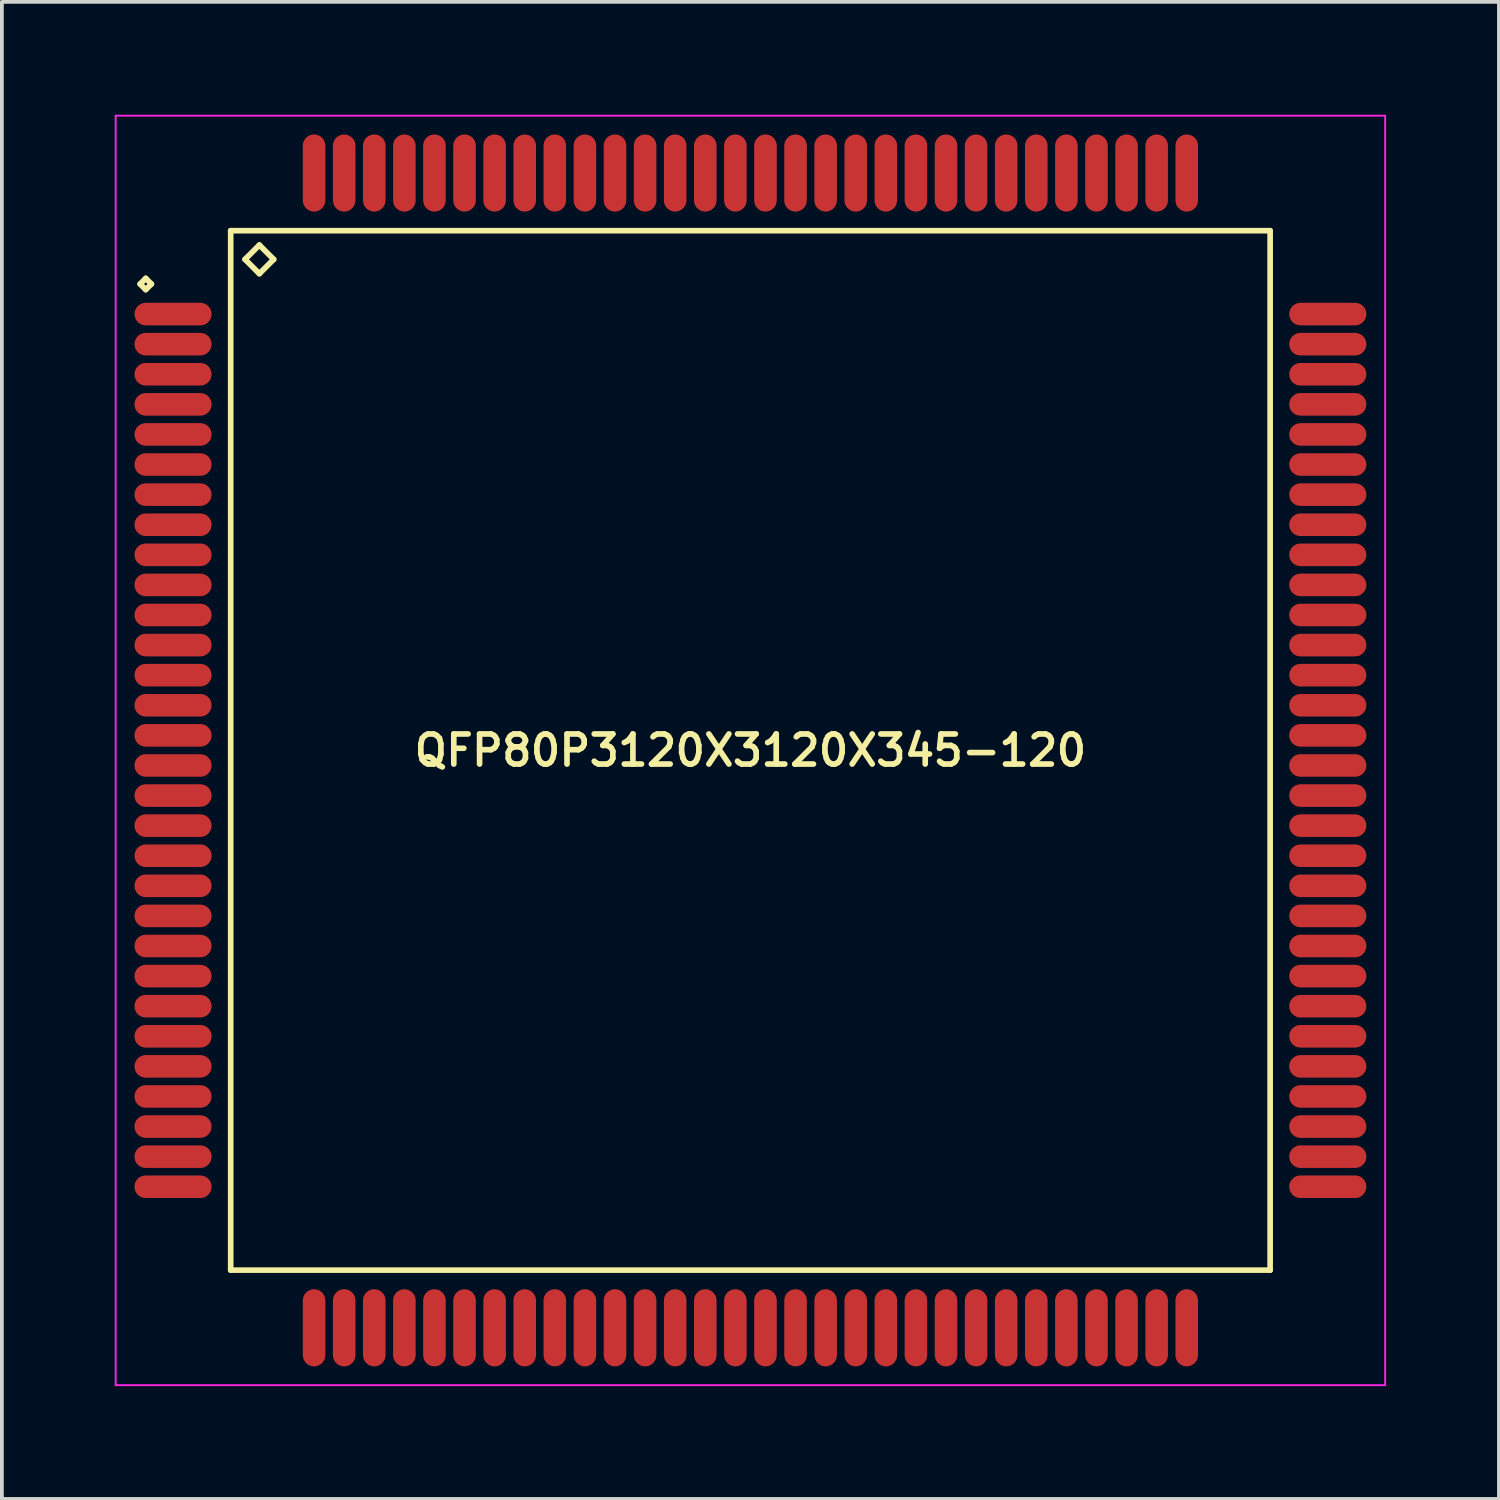
<source format=kicad_pcb>
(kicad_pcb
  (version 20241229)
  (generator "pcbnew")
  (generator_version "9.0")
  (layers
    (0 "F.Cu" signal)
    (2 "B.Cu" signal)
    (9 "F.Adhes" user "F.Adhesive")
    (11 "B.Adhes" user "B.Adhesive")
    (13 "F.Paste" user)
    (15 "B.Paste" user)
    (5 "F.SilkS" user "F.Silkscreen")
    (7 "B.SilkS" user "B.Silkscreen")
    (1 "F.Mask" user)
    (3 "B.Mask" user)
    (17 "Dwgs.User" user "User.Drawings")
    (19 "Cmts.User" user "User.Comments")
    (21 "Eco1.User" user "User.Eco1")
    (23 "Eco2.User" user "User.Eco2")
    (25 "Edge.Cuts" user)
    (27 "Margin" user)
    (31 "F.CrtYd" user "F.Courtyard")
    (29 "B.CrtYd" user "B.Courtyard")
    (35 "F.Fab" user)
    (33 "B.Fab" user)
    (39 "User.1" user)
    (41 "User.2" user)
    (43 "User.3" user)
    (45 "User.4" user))
  (footprint "QFP80P3120X3120X345-120"
    (layer "F.Cu")
    (at 16.9 16.9)
    (property "Reference" "QFP80P3120X3120X345-120" (at 0 0 0) (layer "F.SilkS") (effects (font (size 0.8 0.8) (thickness 0.15))))
    (attr smd)
    (fp_line (start -16.225 -12.4) (end -16.075 -12.55) (stroke (width 0.15) (type solid)) (layer "F.SilkS"))
    (fp_line (start -16.075 -12.55) (end -15.925 -12.4) (stroke (width 0.15) (type solid)) (layer "F.SilkS"))
    (fp_line (start -16.075 -12.25) (end -16.225 -12.4) (stroke (width 0.15) (type solid)) (layer "F.SilkS"))
    (fp_line (start -15.925 -12.4) (end -16.075 -12.25) (stroke (width 0.15) (type solid)) (layer "F.SilkS"))
    (fp_line (start -13.817 -13.817) (end -13.817 13.817) (stroke (width 0.15) (type solid)) (layer "F.SilkS"))
    (fp_line (start -13.817 13.817) (end 13.817 13.817) (stroke (width 0.15) (type solid)) (layer "F.SilkS"))
    (fp_line (start -13.436 -13.055) (end -13.055 -13.436) (stroke (width 0.15) (type solid)) (layer "F.SilkS"))
    (fp_line (start -13.055 -13.436) (end -12.674 -13.055) (stroke (width 0.15) (type solid)) (layer "F.SilkS"))
    (fp_line (start -13.055 -12.674) (end -13.436 -13.055) (stroke (width 0.15) (type solid)) (layer "F.SilkS"))
    (fp_line (start -12.674 -13.055) (end -13.055 -12.674) (stroke (width 0.15) (type solid)) (layer "F.SilkS"))
    (fp_line (start 13.817 -13.817) (end -13.817 -13.817) (stroke (width 0.15) (type solid)) (layer "F.SilkS"))
    (fp_line (start 13.817 13.817) (end 13.817 -13.817) (stroke (width 0.15) (type solid)) (layer "F.SilkS"))
    (fp_line (start -16.875 -16.875) (end 16.875 -16.875) (stroke (width 0.05) (type solid)) (layer "F.CrtYd"))
    (fp_line (start -16.875 16.875) (end -16.875 -16.875) (stroke (width 0.05) (type solid)) (layer "F.CrtYd"))
    (fp_line (start 16.875 -16.875) (end 16.875 16.875) (stroke (width 0.05) (type solid)) (layer "F.CrtYd"))
    (fp_line (start 16.875 16.875) (end -16.875 16.875) (stroke (width 0.05) (type solid)) (layer "F.CrtYd"))
    (pad "1" smd oval (at -15.35 -11.6) (size 2.05 0.6) (layers "F.Cu" "F.Mask" "F.Paste"))
    (pad "2" smd oval (at -15.35 -10.8) (size 2.05 0.6) (layers "F.Cu" "F.Mask" "F.Paste"))
    (pad "3" smd oval (at -15.35 -10) (size 2.05 0.6) (layers "F.Cu" "F.Mask" "F.Paste"))
    (pad "4" smd oval (at -15.35 -9.2) (size 2.05 0.6) (layers "F.Cu" "F.Mask" "F.Paste"))
    (pad "5" smd oval (at -15.35 -8.4) (size 2.05 0.6) (layers "F.Cu" "F.Mask" "F.Paste"))
    (pad "6" smd oval (at -15.35 -7.6) (size 2.05 0.6) (layers "F.Cu" "F.Mask" "F.Paste"))
    (pad "7" smd oval (at -15.35 -6.8) (size 2.05 0.6) (layers "F.Cu" "F.Mask" "F.Paste"))
    (pad "8" smd oval (at -15.35 -6) (size 2.05 0.6) (layers "F.Cu" "F.Mask" "F.Paste"))
    (pad "9" smd oval (at -15.35 -5.2) (size 2.05 0.6) (layers "F.Cu" "F.Mask" "F.Paste"))
    (pad "10" smd oval (at -15.35 -4.4) (size 2.05 0.6) (layers "F.Cu" "F.Mask" "F.Paste"))
    (pad "11" smd oval (at -15.35 -3.6) (size 2.05 0.6) (layers "F.Cu" "F.Mask" "F.Paste"))
    (pad "12" smd oval (at -15.35 -2.8) (size 2.05 0.6) (layers "F.Cu" "F.Mask" "F.Paste"))
    (pad "13" smd oval (at -15.35 -2) (size 2.05 0.6) (layers "F.Cu" "F.Mask" "F.Paste"))
    (pad "14" smd oval (at -15.35 -1.2) (size 2.05 0.6) (layers "F.Cu" "F.Mask" "F.Paste"))
    (pad "15" smd oval (at -15.35 -0.4) (size 2.05 0.6) (layers "F.Cu" "F.Mask" "F.Paste"))
    (pad "16" smd oval (at -15.35 0.4) (size 2.05 0.6) (layers "F.Cu" "F.Mask" "F.Paste"))
    (pad "17" smd oval (at -15.35 1.2) (size 2.05 0.6) (layers "F.Cu" "F.Mask" "F.Paste"))
    (pad "18" smd oval (at -15.35 2) (size 2.05 0.6) (layers "F.Cu" "F.Mask" "F.Paste"))
    (pad "19" smd oval (at -15.35 2.8) (size 2.05 0.6) (layers "F.Cu" "F.Mask" "F.Paste"))
    (pad "20" smd oval (at -15.35 3.6) (size 2.05 0.6) (layers "F.Cu" "F.Mask" "F.Paste"))
    (pad "21" smd oval (at -15.35 4.4) (size 2.05 0.6) (layers "F.Cu" "F.Mask" "F.Paste"))
    (pad "22" smd oval (at -15.35 5.2) (size 2.05 0.6) (layers "F.Cu" "F.Mask" "F.Paste"))
    (pad "23" smd oval (at -15.35 6) (size 2.05 0.6) (layers "F.Cu" "F.Mask" "F.Paste"))
    (pad "24" smd oval (at -15.35 6.8) (size 2.05 0.6) (layers "F.Cu" "F.Mask" "F.Paste"))
    (pad "25" smd oval (at -15.35 7.6) (size 2.05 0.6) (layers "F.Cu" "F.Mask" "F.Paste"))
    (pad "26" smd oval (at -15.35 8.4) (size 2.05 0.6) (layers "F.Cu" "F.Mask" "F.Paste"))
    (pad "27" smd oval (at -15.35 9.2) (size 2.05 0.6) (layers "F.Cu" "F.Mask" "F.Paste"))
    (pad "28" smd oval (at -15.35 10) (size 2.05 0.6) (layers "F.Cu" "F.Mask" "F.Paste"))
    (pad "29" smd oval (at -15.35 10.8) (size 2.05 0.6) (layers "F.Cu" "F.Mask" "F.Paste"))
    (pad "30" smd oval (at -15.35 11.6) (size 2.05 0.6) (layers "F.Cu" "F.Mask" "F.Paste"))
    (pad "31" smd oval (at -11.6 15.35) (size 0.6 2.05) (layers "F.Cu" "F.Mask" "F.Paste"))
    (pad "32" smd oval (at -10.8 15.35) (size 0.6 2.05) (layers "F.Cu" "F.Mask" "F.Paste"))
    (pad "33" smd oval (at -10 15.35) (size 0.6 2.05) (layers "F.Cu" "F.Mask" "F.Paste"))
    (pad "34" smd oval (at -9.2 15.35) (size 0.6 2.05) (layers "F.Cu" "F.Mask" "F.Paste"))
    (pad "35" smd oval (at -8.4 15.35) (size 0.6 2.05) (layers "F.Cu" "F.Mask" "F.Paste"))
    (pad "36" smd oval (at -7.6 15.35) (size 0.6 2.05) (layers "F.Cu" "F.Mask" "F.Paste"))
    (pad "37" smd oval (at -6.8 15.35) (size 0.6 2.05) (layers "F.Cu" "F.Mask" "F.Paste"))
    (pad "38" smd oval (at -6 15.35) (size 0.6 2.05) (layers "F.Cu" "F.Mask" "F.Paste"))
    (pad "39" smd oval (at -5.2 15.35) (size 0.6 2.05) (layers "F.Cu" "F.Mask" "F.Paste"))
    (pad "40" smd oval (at -4.4 15.35) (size 0.6 2.05) (layers "F.Cu" "F.Mask" "F.Paste"))
    (pad "41" smd oval (at -3.6 15.35) (size 0.6 2.05) (layers "F.Cu" "F.Mask" "F.Paste"))
    (pad "42" smd oval (at -2.8 15.35) (size 0.6 2.05) (layers "F.Cu" "F.Mask" "F.Paste"))
    (pad "43" smd oval (at -2 15.35) (size 0.6 2.05) (layers "F.Cu" "F.Mask" "F.Paste"))
    (pad "44" smd oval (at -1.2 15.35) (size 0.6 2.05) (layers "F.Cu" "F.Mask" "F.Paste"))
    (pad "45" smd oval (at -0.4 15.35) (size 0.6 2.05) (layers "F.Cu" "F.Mask" "F.Paste"))
    (pad "46" smd oval (at 0.4 15.35) (size 0.6 2.05) (layers "F.Cu" "F.Mask" "F.Paste"))
    (pad "47" smd oval (at 1.2 15.35) (size 0.6 2.05) (layers "F.Cu" "F.Mask" "F.Paste"))
    (pad "48" smd oval (at 2 15.35) (size 0.6 2.05) (layers "F.Cu" "F.Mask" "F.Paste"))
    (pad "49" smd oval (at 2.8 15.35) (size 0.6 2.05) (layers "F.Cu" "F.Mask" "F.Paste"))
    (pad "50" smd oval (at 3.6 15.35) (size 0.6 2.05) (layers "F.Cu" "F.Mask" "F.Paste"))
    (pad "51" smd oval (at 4.4 15.35) (size 0.6 2.05) (layers "F.Cu" "F.Mask" "F.Paste"))
    (pad "52" smd oval (at 5.2 15.35) (size 0.6 2.05) (layers "F.Cu" "F.Mask" "F.Paste"))
    (pad "53" smd oval (at 6 15.35) (size 0.6 2.05) (layers "F.Cu" "F.Mask" "F.Paste"))
    (pad "54" smd oval (at 6.8 15.35) (size 0.6 2.05) (layers "F.Cu" "F.Mask" "F.Paste"))
    (pad "55" smd oval (at 7.6 15.35) (size 0.6 2.05) (layers "F.Cu" "F.Mask" "F.Paste"))
    (pad "56" smd oval (at 8.4 15.35) (size 0.6 2.05) (layers "F.Cu" "F.Mask" "F.Paste"))
    (pad "57" smd oval (at 9.2 15.35) (size 0.6 2.05) (layers "F.Cu" "F.Mask" "F.Paste"))
    (pad "58" smd oval (at 10 15.35) (size 0.6 2.05) (layers "F.Cu" "F.Mask" "F.Paste"))
    (pad "59" smd oval (at 10.8 15.35) (size 0.6 2.05) (layers "F.Cu" "F.Mask" "F.Paste"))
    (pad "60" smd oval (at 11.6 15.35) (size 0.6 2.05) (layers "F.Cu" "F.Mask" "F.Paste"))
    (pad "61" smd oval (at 15.35 11.6) (size 2.05 0.6) (layers "F.Cu" "F.Mask" "F.Paste"))
    (pad "62" smd oval (at 15.35 10.8) (size 2.05 0.6) (layers "F.Cu" "F.Mask" "F.Paste"))
    (pad "63" smd oval (at 15.35 10) (size 2.05 0.6) (layers "F.Cu" "F.Mask" "F.Paste"))
    (pad "64" smd oval (at 15.35 9.2) (size 2.05 0.6) (layers "F.Cu" "F.Mask" "F.Paste"))
    (pad "65" smd oval (at 15.35 8.4) (size 2.05 0.6) (layers "F.Cu" "F.Mask" "F.Paste"))
    (pad "66" smd oval (at 15.35 7.6) (size 2.05 0.6) (layers "F.Cu" "F.Mask" "F.Paste"))
    (pad "67" smd oval (at 15.35 6.8) (size 2.05 0.6) (layers "F.Cu" "F.Mask" "F.Paste"))
    (pad "68" smd oval (at 15.35 6) (size 2.05 0.6) (layers "F.Cu" "F.Mask" "F.Paste"))
    (pad "69" smd oval (at 15.35 5.2) (size 2.05 0.6) (layers "F.Cu" "F.Mask" "F.Paste"))
    (pad "70" smd oval (at 15.35 4.4) (size 2.05 0.6) (layers "F.Cu" "F.Mask" "F.Paste"))
    (pad "71" smd oval (at 15.35 3.6) (size 2.05 0.6) (layers "F.Cu" "F.Mask" "F.Paste"))
    (pad "72" smd oval (at 15.35 2.8) (size 2.05 0.6) (layers "F.Cu" "F.Mask" "F.Paste"))
    (pad "73" smd oval (at 15.35 2) (size 2.05 0.6) (layers "F.Cu" "F.Mask" "F.Paste"))
    (pad "74" smd oval (at 15.35 1.2) (size 2.05 0.6) (layers "F.Cu" "F.Mask" "F.Paste"))
    (pad "75" smd oval (at 15.35 0.4) (size 2.05 0.6) (layers "F.Cu" "F.Mask" "F.Paste"))
    (pad "76" smd oval (at 15.35 -0.4) (size 2.05 0.6) (layers "F.Cu" "F.Mask" "F.Paste"))
    (pad "77" smd oval (at 15.35 -1.2) (size 2.05 0.6) (layers "F.Cu" "F.Mask" "F.Paste"))
    (pad "78" smd oval (at 15.35 -2) (size 2.05 0.6) (layers "F.Cu" "F.Mask" "F.Paste"))
    (pad "79" smd oval (at 15.35 -2.8) (size 2.05 0.6) (layers "F.Cu" "F.Mask" "F.Paste"))
    (pad "80" smd oval (at 15.35 -3.6) (size 2.05 0.6) (layers "F.Cu" "F.Mask" "F.Paste"))
    (pad "81" smd oval (at 15.35 -4.4) (size 2.05 0.6) (layers "F.Cu" "F.Mask" "F.Paste"))
    (pad "82" smd oval (at 15.35 -5.2) (size 2.05 0.6) (layers "F.Cu" "F.Mask" "F.Paste"))
    (pad "83" smd oval (at 15.35 -6) (size 2.05 0.6) (layers "F.Cu" "F.Mask" "F.Paste"))
    (pad "84" smd oval (at 15.35 -6.8) (size 2.05 0.6) (layers "F.Cu" "F.Mask" "F.Paste"))
    (pad "85" smd oval (at 15.35 -7.6) (size 2.05 0.6) (layers "F.Cu" "F.Mask" "F.Paste"))
    (pad "86" smd oval (at 15.35 -8.4) (size 2.05 0.6) (layers "F.Cu" "F.Mask" "F.Paste"))
    (pad "87" smd oval (at 15.35 -9.2) (size 2.05 0.6) (layers "F.Cu" "F.Mask" "F.Paste"))
    (pad "88" smd oval (at 15.35 -10) (size 2.05 0.6) (layers "F.Cu" "F.Mask" "F.Paste"))
    (pad "89" smd oval (at 15.35 -10.8) (size 2.05 0.6) (layers "F.Cu" "F.Mask" "F.Paste"))
    (pad "90" smd oval (at 15.35 -11.6) (size 2.05 0.6) (layers "F.Cu" "F.Mask" "F.Paste"))
    (pad "91" smd oval (at 11.6 -15.35) (size 0.6 2.05) (layers "F.Cu" "F.Mask" "F.Paste"))
    (pad "92" smd oval (at 10.8 -15.35) (size 0.6 2.05) (layers "F.Cu" "F.Mask" "F.Paste"))
    (pad "93" smd oval (at 10 -15.35) (size 0.6 2.05) (layers "F.Cu" "F.Mask" "F.Paste"))
    (pad "94" smd oval (at 9.2 -15.35) (size 0.6 2.05) (layers "F.Cu" "F.Mask" "F.Paste"))
    (pad "95" smd oval (at 8.4 -15.35) (size 0.6 2.05) (layers "F.Cu" "F.Mask" "F.Paste"))
    (pad "96" smd oval (at 7.6 -15.35) (size 0.6 2.05) (layers "F.Cu" "F.Mask" "F.Paste"))
    (pad "97" smd oval (at 6.8 -15.35) (size 0.6 2.05) (layers "F.Cu" "F.Mask" "F.Paste"))
    (pad "98" smd oval (at 6 -15.35) (size 0.6 2.05) (layers "F.Cu" "F.Mask" "F.Paste"))
    (pad "99" smd oval (at 5.2 -15.35) (size 0.6 2.05) (layers "F.Cu" "F.Mask" "F.Paste"))
    (pad "100" smd oval (at 4.4 -15.35) (size 0.6 2.05) (layers "F.Cu" "F.Mask" "F.Paste"))
    (pad "101" smd oval (at 3.6 -15.35) (size 0.6 2.05) (layers "F.Cu" "F.Mask" "F.Paste"))
    (pad "102" smd oval (at 2.8 -15.35) (size 0.6 2.05) (layers "F.Cu" "F.Mask" "F.Paste"))
    (pad "103" smd oval (at 2 -15.35) (size 0.6 2.05) (layers "F.Cu" "F.Mask" "F.Paste"))
    (pad "104" smd oval (at 1.2 -15.35) (size 0.6 2.05) (layers "F.Cu" "F.Mask" "F.Paste"))
    (pad "105" smd oval (at 0.4 -15.35) (size 0.6 2.05) (layers "F.Cu" "F.Mask" "F.Paste"))
    (pad "106" smd oval (at -0.4 -15.35) (size 0.6 2.05) (layers "F.Cu" "F.Mask" "F.Paste"))
    (pad "107" smd oval (at -1.2 -15.35) (size 0.6 2.05) (layers "F.Cu" "F.Mask" "F.Paste"))
    (pad "108" smd oval (at -2 -15.35) (size 0.6 2.05) (layers "F.Cu" "F.Mask" "F.Paste"))
    (pad "109" smd oval (at -2.8 -15.35) (size 0.6 2.05) (layers "F.Cu" "F.Mask" "F.Paste"))
    (pad "110" smd oval (at -3.6 -15.35) (size 0.6 2.05) (layers "F.Cu" "F.Mask" "F.Paste"))
    (pad "111" smd oval (at -4.4 -15.35) (size 0.6 2.05) (layers "F.Cu" "F.Mask" "F.Paste"))
    (pad "112" smd oval (at -5.2 -15.35) (size 0.6 2.05) (layers "F.Cu" "F.Mask" "F.Paste"))
    (pad "113" smd oval (at -6 -15.35) (size 0.6 2.05) (layers "F.Cu" "F.Mask" "F.Paste"))
    (pad "114" smd oval (at -6.8 -15.35) (size 0.6 2.05) (layers "F.Cu" "F.Mask" "F.Paste"))
    (pad "115" smd oval (at -7.6 -15.35) (size 0.6 2.05) (layers "F.Cu" "F.Mask" "F.Paste"))
    (pad "116" smd oval (at -8.4 -15.35) (size 0.6 2.05) (layers "F.Cu" "F.Mask" "F.Paste"))
    (pad "117" smd oval (at -9.2 -15.35) (size 0.6 2.05) (layers "F.Cu" "F.Mask" "F.Paste"))
    (pad "118" smd oval (at -10 -15.35) (size 0.6 2.05) (layers "F.Cu" "F.Mask" "F.Paste"))
    (pad "119" smd oval (at -10.8 -15.35) (size 0.6 2.05) (layers "F.Cu" "F.Mask" "F.Paste"))
    (pad "120" smd oval (at -11.6 -15.35) (size 0.6 2.05) (layers "F.Cu" "F.Mask" "F.Paste")))
  (gr_rect
    (start -3 -3)
    (end 36.8 36.8)
    (stroke (width 0.1) (type default))
    (fill no)
    (layer "Edge.Cuts")))
</source>
